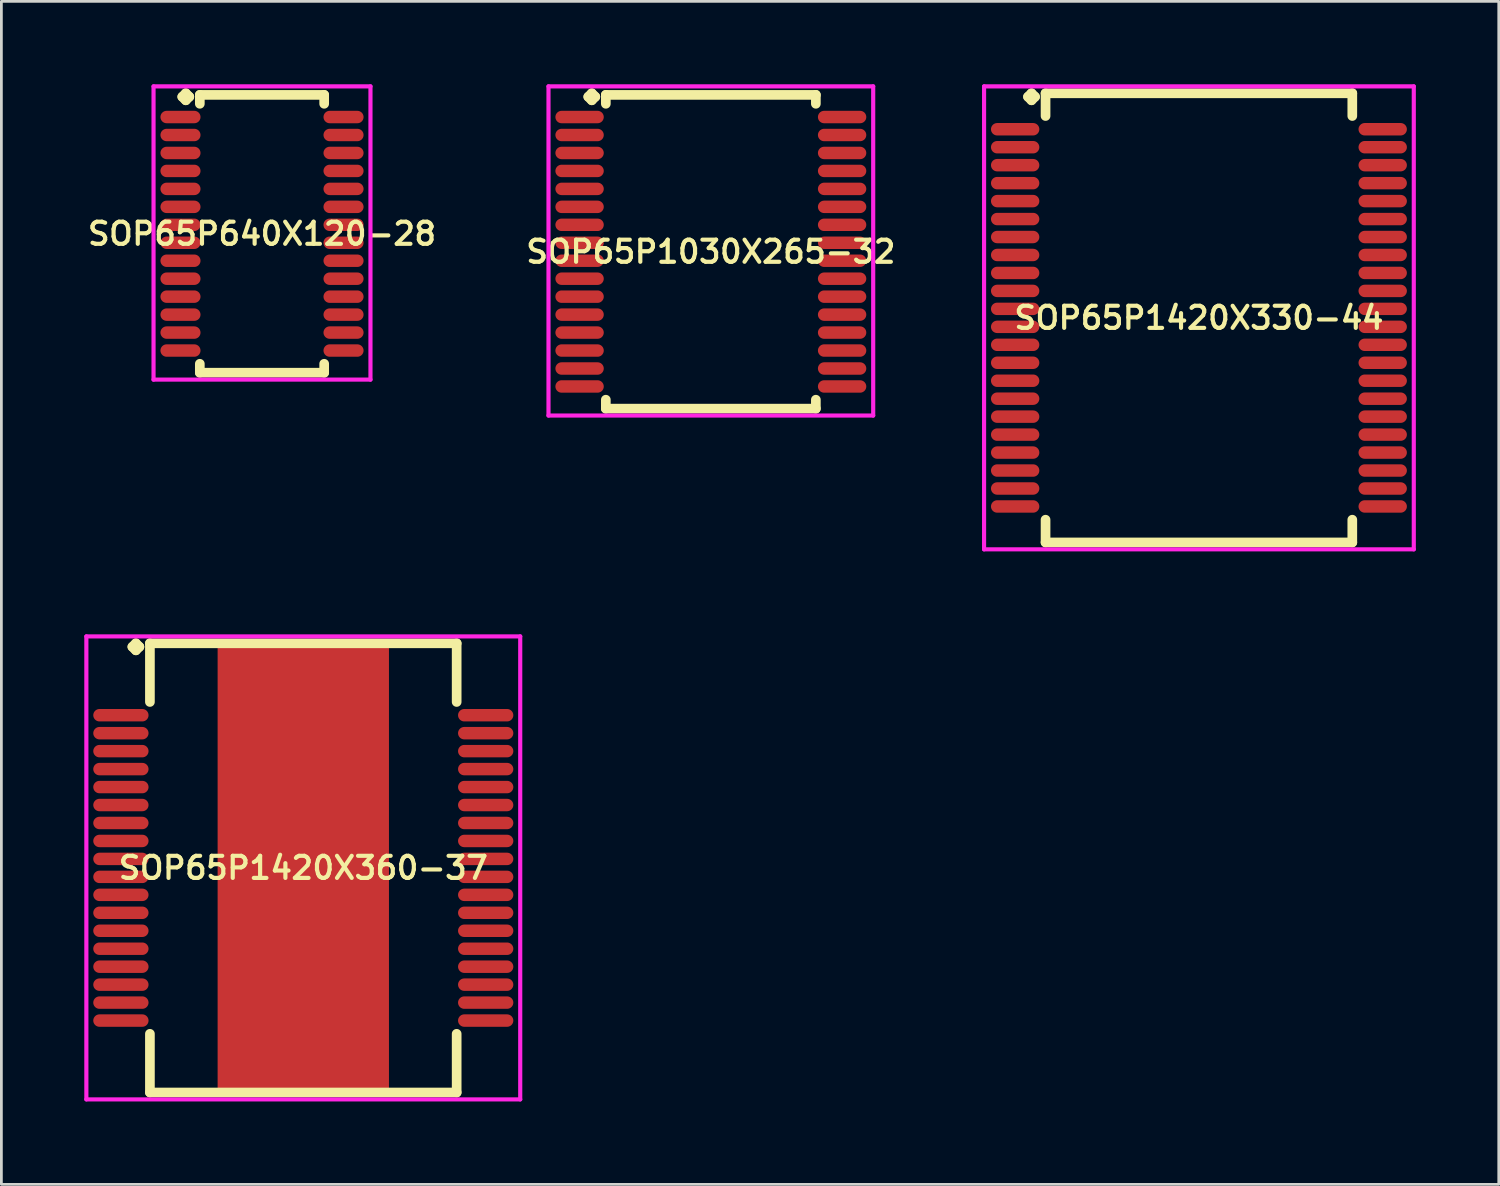
<source format=kicad_pcb>
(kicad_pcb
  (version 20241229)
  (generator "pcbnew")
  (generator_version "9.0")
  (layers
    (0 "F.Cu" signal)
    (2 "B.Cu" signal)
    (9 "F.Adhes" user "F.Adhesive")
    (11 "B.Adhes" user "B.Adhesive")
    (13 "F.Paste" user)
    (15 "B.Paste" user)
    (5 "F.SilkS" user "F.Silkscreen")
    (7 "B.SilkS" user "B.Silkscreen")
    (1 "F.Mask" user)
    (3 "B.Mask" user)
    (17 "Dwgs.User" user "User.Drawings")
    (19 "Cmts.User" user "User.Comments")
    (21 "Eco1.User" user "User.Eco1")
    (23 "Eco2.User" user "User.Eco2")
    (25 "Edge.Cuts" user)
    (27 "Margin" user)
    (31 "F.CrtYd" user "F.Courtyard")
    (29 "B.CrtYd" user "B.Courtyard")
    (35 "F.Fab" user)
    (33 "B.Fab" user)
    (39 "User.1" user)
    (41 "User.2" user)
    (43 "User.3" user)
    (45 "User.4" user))
  (footprint "SOP65P640X120-28"
    (layer "F.Cu")
    (at 6.431 5.41)
    (property "Reference" "SOP65P640X120-28" (at 0 0 0) (layer "F.SilkS") (effects (font (size 0.8 0.8) (thickness 0.15))))
    (attr through_hole)
    (fp_line (start -2.885 -4.958) (end -2.758 -5.085) (stroke (width 0.35) (type solid)) (layer "F.SilkS"))
    (fp_line (start -2.758 -5.085) (end -2.631 -4.958) (stroke (width 0.35) (type solid)) (layer "F.SilkS"))
    (fp_line (start -2.758 -4.831) (end -2.885 -4.958) (stroke (width 0.35) (type solid)) (layer "F.SilkS"))
    (fp_line (start -2.631 -4.958) (end -2.758 -4.831) (stroke (width 0.35) (type solid)) (layer "F.SilkS"))
    (fp_line (start -2.25 -5.027) (end 2.25 -5.027) (stroke (width 0.35) (type solid)) (layer "F.SilkS"))
    (fp_line (start -2.25 -4.704) (end -2.25 -5.027) (stroke (width 0.35) (type solid)) (layer "F.SilkS"))
    (fp_line (start -2.25 4.704) (end -2.25 5.027) (stroke (width 0.35) (type solid)) (layer "F.SilkS"))
    (fp_line (start -2.25 5.027) (end 2.25 5.027) (stroke (width 0.35) (type solid)) (layer "F.SilkS"))
    (fp_line (start 2.25 -5.027) (end 2.25 -4.704) (stroke (width 0.35) (type solid)) (layer "F.SilkS"))
    (fp_line (start 2.25 5.027) (end 2.25 4.704) (stroke (width 0.35) (type solid)) (layer "F.SilkS"))
    (fp_line (start -3.925 -5.335) (end 3.925 -5.335) (stroke (width 0.15) (type solid)) (layer "F.CrtYd"))
    (fp_line (start -3.925 5.277) (end -3.925 -5.335) (stroke (width 0.15) (type solid)) (layer "F.CrtYd"))
    (fp_line (start 3.925 -5.335) (end 3.925 5.277) (stroke (width 0.15) (type solid)) (layer "F.CrtYd"))
    (fp_line (start 3.925 5.277) (end -3.925 5.277) (stroke (width 0.15) (type solid)) (layer "F.CrtYd"))
    (pad "1" smd oval (at -2.95 -4.225) (size 1.45 0.45) (layers "F.Cu" "F.Mask" "F.Paste"))
    (pad "2" smd oval (at -2.95 -3.575) (size 1.45 0.45) (layers "F.Cu" "F.Mask" "F.Paste"))
    (pad "3" smd oval (at -2.95 -2.925) (size 1.45 0.45) (layers "F.Cu" "F.Mask" "F.Paste"))
    (pad "4" smd oval (at -2.95 -2.275) (size 1.45 0.45) (layers "F.Cu" "F.Mask" "F.Paste"))
    (pad "5" smd oval (at -2.95 -1.625) (size 1.45 0.45) (layers "F.Cu" "F.Mask" "F.Paste"))
    (pad "6" smd oval (at -2.95 -0.975) (size 1.45 0.45) (layers "F.Cu" "F.Mask" "F.Paste"))
    (pad "7" smd oval (at -2.95 -0.325) (size 1.45 0.45) (layers "F.Cu" "F.Mask" "F.Paste"))
    (pad "8" smd oval (at -2.95 0.325) (size 1.45 0.45) (layers "F.Cu" "F.Mask" "F.Paste"))
    (pad "9" smd oval (at -2.95 0.975) (size 1.45 0.45) (layers "F.Cu" "F.Mask" "F.Paste"))
    (pad "10" smd oval (at -2.95 1.625) (size 1.45 0.45) (layers "F.Cu" "F.Mask" "F.Paste"))
    (pad "11" smd oval (at -2.95 2.275) (size 1.45 0.45) (layers "F.Cu" "F.Mask" "F.Paste"))
    (pad "12" smd oval (at -2.95 2.925) (size 1.45 0.45) (layers "F.Cu" "F.Mask" "F.Paste"))
    (pad "13" smd oval (at -2.95 3.575) (size 1.45 0.45) (layers "F.Cu" "F.Mask" "F.Paste"))
    (pad "14" smd oval (at -2.95 4.225) (size 1.45 0.45) (layers "F.Cu" "F.Mask" "F.Paste"))
    (pad "15" smd oval (at 2.95 4.225) (size 1.45 0.45) (layers "F.Cu" "F.Mask" "F.Paste"))
    (pad "16" smd oval (at 2.95 3.575) (size 1.45 0.45) (layers "F.Cu" "F.Mask" "F.Paste"))
    (pad "17" smd oval (at 2.95 2.925) (size 1.45 0.45) (layers "F.Cu" "F.Mask" "F.Paste"))
    (pad "18" smd oval (at 2.95 2.275) (size 1.45 0.45) (layers "F.Cu" "F.Mask" "F.Paste"))
    (pad "19" smd oval (at 2.95 1.625) (size 1.45 0.45) (layers "F.Cu" "F.Mask" "F.Paste"))
    (pad "20" smd oval (at 2.95 0.975) (size 1.45 0.45) (layers "F.Cu" "F.Mask" "F.Paste"))
    (pad "21" smd oval (at 2.95 0.325) (size 1.45 0.45) (layers "F.Cu" "F.Mask" "F.Paste"))
    (pad "22" smd oval (at 2.95 -0.325) (size 1.45 0.45) (layers "F.Cu" "F.Mask" "F.Paste"))
    (pad "23" smd oval (at 2.95 -0.975) (size 1.45 0.45) (layers "F.Cu" "F.Mask" "F.Paste"))
    (pad "24" smd oval (at 2.95 -1.625) (size 1.45 0.45) (layers "F.Cu" "F.Mask" "F.Paste"))
    (pad "25" smd oval (at 2.95 -2.275) (size 1.45 0.45) (layers "F.Cu" "F.Mask" "F.Paste"))
    (pad "26" smd oval (at 2.95 -2.925) (size 1.45 0.45) (layers "F.Cu" "F.Mask" "F.Paste"))
    (pad "27" smd oval (at 2.95 -3.575) (size 1.45 0.45) (layers "F.Cu" "F.Mask" "F.Paste"))
    (pad "28" smd oval (at 2.95 -4.225) (size 1.45 0.45) (layers "F.Cu" "F.Mask" "F.Paste")))
  (footprint "SOP65P1420X330-44"
    (layer "F.Cu")
    (at 40.335 8.452)
    (property "Reference" "SOP65P1420X330-44" (at 0 0 0) (layer "F.SilkS") (effects (font (size 0.8 0.8) (thickness 0.15))))
    (attr smd)
    (fp_line (start -6.185 -8) (end -6.058 -8.127) (stroke (width 0.35) (type solid)) (layer "F.SilkS"))
    (fp_line (start -6.058 -8.127) (end -5.931 -8) (stroke (width 0.35) (type solid)) (layer "F.SilkS"))
    (fp_line (start -6.058 -7.873) (end -6.185 -8) (stroke (width 0.35) (type solid)) (layer "F.SilkS"))
    (fp_line (start -5.931 -8) (end -6.058 -7.873) (stroke (width 0.35) (type solid)) (layer "F.SilkS"))
    (fp_line (start -5.55 -8.127) (end 5.55 -8.127) (stroke (width 0.35) (type solid)) (layer "F.SilkS"))
    (fp_line (start -5.55 -7.304) (end -5.55 -8.127) (stroke (width 0.35) (type solid)) (layer "F.SilkS"))
    (fp_line (start -5.55 7.304) (end -5.55 8.127) (stroke (width 0.35) (type solid)) (layer "F.SilkS"))
    (fp_line (start -5.55 8.127) (end 5.55 8.127) (stroke (width 0.35) (type solid)) (layer "F.SilkS"))
    (fp_line (start 5.55 -8.127) (end 5.55 -7.304) (stroke (width 0.35) (type solid)) (layer "F.SilkS"))
    (fp_line (start 5.55 8.127) (end 5.55 7.304) (stroke (width 0.35) (type solid)) (layer "F.SilkS"))
    (fp_line (start -7.775 -8.377) (end 7.775 -8.377) (stroke (width 0.15) (type solid)) (layer "F.CrtYd"))
    (fp_line (start -7.775 8.377) (end -7.775 -8.377) (stroke (width 0.15) (type solid)) (layer "F.CrtYd"))
    (fp_line (start 7.775 -8.377) (end 7.775 8.377) (stroke (width 0.15) (type solid)) (layer "F.CrtYd"))
    (fp_line (start 7.775 8.377) (end -7.775 8.377) (stroke (width 0.15) (type solid)) (layer "F.CrtYd"))
    (pad "1" smd oval (at -6.65 -6.825) (size 1.75 0.45) (layers "F.Cu" "F.Mask" "F.Paste"))
    (pad "2" smd oval (at -6.65 -6.175) (size 1.75 0.45) (layers "F.Cu" "F.Mask" "F.Paste"))
    (pad "3" smd oval (at -6.65 -5.525) (size 1.75 0.45) (layers "F.Cu" "F.Mask" "F.Paste"))
    (pad "4" smd oval (at -6.65 -4.875) (size 1.75 0.45) (layers "F.Cu" "F.Mask" "F.Paste"))
    (pad "5" smd oval (at -6.65 -4.225) (size 1.75 0.45) (layers "F.Cu" "F.Mask" "F.Paste"))
    (pad "6" smd oval (at -6.65 -3.575) (size 1.75 0.45) (layers "F.Cu" "F.Mask" "F.Paste"))
    (pad "7" smd oval (at -6.65 -2.925) (size 1.75 0.45) (layers "F.Cu" "F.Mask" "F.Paste"))
    (pad "8" smd oval (at -6.65 -2.275) (size 1.75 0.45) (layers "F.Cu" "F.Mask" "F.Paste"))
    (pad "9" smd oval (at -6.65 -1.625) (size 1.75 0.45) (layers "F.Cu" "F.Mask" "F.Paste"))
    (pad "10" smd oval (at -6.65 -0.975) (size 1.75 0.45) (layers "F.Cu" "F.Mask" "F.Paste"))
    (pad "11" smd oval (at -6.65 -0.325) (size 1.75 0.45) (layers "F.Cu" "F.Mask" "F.Paste"))
    (pad "12" smd oval (at -6.65 0.325) (size 1.75 0.45) (layers "F.Cu" "F.Mask" "F.Paste"))
    (pad "13" smd oval (at -6.65 0.975) (size 1.75 0.45) (layers "F.Cu" "F.Mask" "F.Paste"))
    (pad "14" smd oval (at -6.65 1.625) (size 1.75 0.45) (layers "F.Cu" "F.Mask" "F.Paste"))
    (pad "15" smd oval (at -6.65 2.275) (size 1.75 0.45) (layers "F.Cu" "F.Mask" "F.Paste"))
    (pad "16" smd oval (at -6.65 2.925) (size 1.75 0.45) (layers "F.Cu" "F.Mask" "F.Paste"))
    (pad "17" smd oval (at -6.65 3.575) (size 1.75 0.45) (layers "F.Cu" "F.Mask" "F.Paste"))
    (pad "18" smd oval (at -6.65 4.225) (size 1.75 0.45) (layers "F.Cu" "F.Mask" "F.Paste"))
    (pad "19" smd oval (at -6.65 4.875) (size 1.75 0.45) (layers "F.Cu" "F.Mask" "F.Paste"))
    (pad "20" smd oval (at -6.65 5.525) (size 1.75 0.45) (layers "F.Cu" "F.Mask" "F.Paste"))
    (pad "21" smd oval (at -6.65 6.175) (size 1.75 0.45) (layers "F.Cu" "F.Mask" "F.Paste"))
    (pad "22" smd oval (at -6.65 6.825) (size 1.75 0.45) (layers "F.Cu" "F.Mask" "F.Paste"))
    (pad "23" smd oval (at 6.65 6.825) (size 1.75 0.45) (layers "F.Cu" "F.Mask" "F.Paste"))
    (pad "24" smd oval (at 6.65 6.175) (size 1.75 0.45) (layers "F.Cu" "F.Mask" "F.Paste"))
    (pad "25" smd oval (at 6.65 5.525) (size 1.75 0.45) (layers "F.Cu" "F.Mask" "F.Paste"))
    (pad "26" smd oval (at 6.65 4.875) (size 1.75 0.45) (layers "F.Cu" "F.Mask" "F.Paste"))
    (pad "27" smd oval (at 6.65 4.225) (size 1.75 0.45) (layers "F.Cu" "F.Mask" "F.Paste"))
    (pad "28" smd oval (at 6.65 3.575) (size 1.75 0.45) (layers "F.Cu" "F.Mask" "F.Paste"))
    (pad "29" smd oval (at 6.65 2.925) (size 1.75 0.45) (layers "F.Cu" "F.Mask" "F.Paste"))
    (pad "30" smd oval (at 6.65 2.275) (size 1.75 0.45) (layers "F.Cu" "F.Mask" "F.Paste"))
    (pad "31" smd oval (at 6.65 1.625) (size 1.75 0.45) (layers "F.Cu" "F.Mask" "F.Paste"))
    (pad "32" smd oval (at 6.65 0.975) (size 1.75 0.45) (layers "F.Cu" "F.Mask" "F.Paste"))
    (pad "33" smd oval (at 6.65 0.325) (size 1.75 0.45) (layers "F.Cu" "F.Mask" "F.Paste"))
    (pad "34" smd oval (at 6.65 -0.325) (size 1.75 0.45) (layers "F.Cu" "F.Mask" "F.Paste"))
    (pad "35" smd oval (at 6.65 -0.975) (size 1.75 0.45) (layers "F.Cu" "F.Mask" "F.Paste"))
    (pad "36" smd oval (at 6.65 -1.625) (size 1.75 0.45) (layers "F.Cu" "F.Mask" "F.Paste"))
    (pad "37" smd oval (at 6.65 -2.275) (size 1.75 0.45) (layers "F.Cu" "F.Mask" "F.Paste"))
    (pad "38" smd oval (at 6.65 -2.925) (size 1.75 0.45) (layers "F.Cu" "F.Mask" "F.Paste"))
    (pad "39" smd oval (at 6.65 -3.575) (size 1.75 0.45) (layers "F.Cu" "F.Mask" "F.Paste"))
    (pad "40" smd oval (at 6.65 -4.225) (size 1.75 0.45) (layers "F.Cu" "F.Mask" "F.Paste"))
    (pad "41" smd oval (at 6.65 -4.875) (size 1.75 0.45) (layers "F.Cu" "F.Mask" "F.Paste"))
    (pad "42" smd oval (at 6.65 -5.525) (size 1.75 0.45) (layers "F.Cu" "F.Mask" "F.Paste"))
    (pad "43" smd oval (at 6.65 -6.175) (size 1.75 0.45) (layers "F.Cu" "F.Mask" "F.Paste"))
    (pad "44" smd oval (at 6.65 -6.825) (size 1.75 0.45) (layers "F.Cu" "F.Mask" "F.Paste")))
  (footprint "SOP65P1420X360-37"
    (layer "F.Cu")
    (at 7.925 28.356)
    (property "Reference" "SOP65P1420X360-37" (at 0 0 0) (layer "F.SilkS") (effects (font (size 0.8 0.8) (thickness 0.15))))
    (attr smd)
    (fp_line (start -6.185 -8) (end -6.058 -8.127) (stroke (width 0.35) (type solid)) (layer "F.SilkS"))
    (fp_line (start -6.058 -8.127) (end -5.931 -8) (stroke (width 0.35) (type solid)) (layer "F.SilkS"))
    (fp_line (start -6.058 -7.873) (end -6.185 -8) (stroke (width 0.35) (type solid)) (layer "F.SilkS"))
    (fp_line (start -5.931 -8) (end -6.058 -7.873) (stroke (width 0.35) (type solid)) (layer "F.SilkS"))
    (fp_line (start -5.55 -8.127) (end 5.55 -8.127) (stroke (width 0.35) (type solid)) (layer "F.SilkS"))
    (fp_line (start -5.55 -6.004) (end -5.55 -8.127) (stroke (width 0.35) (type solid)) (layer "F.SilkS"))
    (fp_line (start -5.55 6.004) (end -5.55 8.127) (stroke (width 0.35) (type solid)) (layer "F.SilkS"))
    (fp_line (start -5.55 8.127) (end 5.55 8.127) (stroke (width 0.35) (type solid)) (layer "F.SilkS"))
    (fp_line (start 5.55 -8.127) (end 5.55 -6.004) (stroke (width 0.35) (type solid)) (layer "F.SilkS"))
    (fp_line (start 5.55 8.127) (end 5.55 6.004) (stroke (width 0.35) (type solid)) (layer "F.SilkS"))
    (fp_line (start -7.85 -8.377) (end 7.85 -8.377) (stroke (width 0.15) (type solid)) (layer "F.CrtYd"))
    (fp_line (start -7.85 8.377) (end -7.85 -8.377) (stroke (width 0.15) (type solid)) (layer "F.CrtYd"))
    (fp_line (start 7.85 -8.377) (end 7.85 8.377) (stroke (width 0.15) (type solid)) (layer "F.CrtYd"))
    (fp_line (start 7.85 8.377) (end -7.85 8.377) (stroke (width 0.15) (type solid)) (layer "F.CrtYd"))
    (pad "1" smd oval (at -6.6 -5.525) (size 2 0.45) (layers "F.Cu" "F.Mask" "F.Paste"))
    (pad "2" smd oval (at -6.6 -4.875) (size 2 0.45) (layers "F.Cu" "F.Mask" "F.Paste"))
    (pad "3" smd oval (at -6.6 -4.225) (size 2 0.45) (layers "F.Cu" "F.Mask" "F.Paste"))
    (pad "4" smd oval (at -6.6 -3.575) (size 2 0.45) (layers "F.Cu" "F.Mask" "F.Paste"))
    (pad "5" smd oval (at -6.6 -2.925) (size 2 0.45) (layers "F.Cu" "F.Mask" "F.Paste"))
    (pad "6" smd oval (at -6.6 -2.275) (size 2 0.45) (layers "F.Cu" "F.Mask" "F.Paste"))
    (pad "7" smd oval (at -6.6 -1.625) (size 2 0.45) (layers "F.Cu" "F.Mask" "F.Paste"))
    (pad "8" smd oval (at -6.6 -0.975) (size 2 0.45) (layers "F.Cu" "F.Mask" "F.Paste"))
    (pad "9" smd oval (at -6.6 -0.325) (size 2 0.45) (layers "F.Cu" "F.Mask" "F.Paste"))
    (pad "10" smd oval (at -6.6 0.325) (size 2 0.45) (layers "F.Cu" "F.Mask" "F.Paste"))
    (pad "11" smd oval (at -6.6 0.975) (size 2 0.45) (layers "F.Cu" "F.Mask" "F.Paste"))
    (pad "12" smd oval (at -6.6 1.625) (size 2 0.45) (layers "F.Cu" "F.Mask" "F.Paste"))
    (pad "13" smd oval (at -6.6 2.275) (size 2 0.45) (layers "F.Cu" "F.Mask" "F.Paste"))
    (pad "14" smd oval (at -6.6 2.925) (size 2 0.45) (layers "F.Cu" "F.Mask" "F.Paste"))
    (pad "15" smd oval (at -6.6 3.575) (size 2 0.45) (layers "F.Cu" "F.Mask" "F.Paste"))
    (pad "16" smd oval (at -6.6 4.225) (size 2 0.45) (layers "F.Cu" "F.Mask" "F.Paste"))
    (pad "17" smd oval (at -6.6 4.875) (size 2 0.45) (layers "F.Cu" "F.Mask" "F.Paste"))
    (pad "18" smd oval (at -6.6 5.525) (size 2 0.45) (layers "F.Cu" "F.Mask" "F.Paste"))
    (pad "19" smd oval (at 6.6 5.525) (size 2 0.45) (layers "F.Cu" "F.Mask" "F.Paste"))
    (pad "20" smd oval (at 6.6 4.875) (size 2 0.45) (layers "F.Cu" "F.Mask" "F.Paste"))
    (pad "21" smd oval (at 6.6 4.225) (size 2 0.45) (layers "F.Cu" "F.Mask" "F.Paste"))
    (pad "22" smd oval (at 6.6 3.575) (size 2 0.45) (layers "F.Cu" "F.Mask" "F.Paste"))
    (pad "23" smd oval (at 6.6 2.925) (size 2 0.45) (layers "F.Cu" "F.Mask" "F.Paste"))
    (pad "24" smd oval (at 6.6 2.275) (size 2 0.45) (layers "F.Cu" "F.Mask" "F.Paste"))
    (pad "25" smd oval (at 6.6 1.625) (size 2 0.45) (layers "F.Cu" "F.Mask" "F.Paste"))
    (pad "26" smd oval (at 6.6 0.975) (size 2 0.45) (layers "F.Cu" "F.Mask" "F.Paste"))
    (pad "27" smd oval (at 6.6 0.325) (size 2 0.45) (layers "F.Cu" "F.Mask" "F.Paste"))
    (pad "28" smd oval (at 6.6 -0.325) (size 2 0.45) (layers "F.Cu" "F.Mask" "F.Paste"))
    (pad "29" smd oval (at 6.6 -0.975) (size 2 0.45) (layers "F.Cu" "F.Mask" "F.Paste"))
    (pad "30" smd oval (at 6.6 -1.625) (size 2 0.45) (layers "F.Cu" "F.Mask" "F.Paste"))
    (pad "31" smd oval (at 6.6 -2.275) (size 2 0.45) (layers "F.Cu" "F.Mask" "F.Paste"))
    (pad "32" smd oval (at 6.6 -2.925) (size 2 0.45) (layers "F.Cu" "F.Mask" "F.Paste"))
    (pad "33" smd oval (at 6.6 -3.575) (size 2 0.45) (layers "F.Cu" "F.Mask" "F.Paste"))
    (pad "34" smd oval (at 6.6 -4.225) (size 2 0.45) (layers "F.Cu" "F.Mask" "F.Paste"))
    (pad "35" smd oval (at 6.6 -4.875) (size 2 0.45) (layers "F.Cu" "F.Mask" "F.Paste"))
    (pad "36" smd oval (at 6.6 -5.525) (size 2 0.45) (layers "F.Cu" "F.Mask" "F.Paste"))
    (pad "37" smd rect (at 0 0) (size 6.2 16) (layers "F.Cu" "F.Mask" "F.Paste")))
  (footprint "SOP65P1030X265-32"
    (layer "F.Cu")
    (at 22.673 6.06)
    (property "Reference" "SOP65P1030X265-32" (at 0 0 0) (layer "F.SilkS") (effects (font (size 0.8 0.8) (thickness 0.15))))
    (attr through_hole)
    (fp_line (start -4.435 -5.608) (end -4.308 -5.735) (stroke (width 0.35) (type solid)) (layer "F.SilkS"))
    (fp_line (start -4.308 -5.735) (end -4.181 -5.608) (stroke (width 0.35) (type solid)) (layer "F.SilkS"))
    (fp_line (start -4.308 -5.481) (end -4.435 -5.608) (stroke (width 0.35) (type solid)) (layer "F.SilkS"))
    (fp_line (start -4.181 -5.608) (end -4.308 -5.481) (stroke (width 0.35) (type solid)) (layer "F.SilkS"))
    (fp_line (start -3.8 -5.677) (end 3.8 -5.677) (stroke (width 0.35) (type solid)) (layer "F.SilkS"))
    (fp_line (start -3.8 -5.354) (end -3.8 -5.677) (stroke (width 0.35) (type solid)) (layer "F.SilkS"))
    (fp_line (start -3.8 5.354) (end -3.8 5.677) (stroke (width 0.35) (type solid)) (layer "F.SilkS"))
    (fp_line (start -3.8 5.677) (end 3.8 5.677) (stroke (width 0.35) (type solid)) (layer "F.SilkS"))
    (fp_line (start 3.8 -5.677) (end 3.8 -5.354) (stroke (width 0.35) (type solid)) (layer "F.SilkS"))
    (fp_line (start 3.8 5.677) (end 3.8 5.354) (stroke (width 0.35) (type solid)) (layer "F.SilkS"))
    (fp_line (start -5.875 -5.985) (end 5.875 -5.985) (stroke (width 0.15) (type solid)) (layer "F.CrtYd"))
    (fp_line (start -5.875 5.927) (end -5.875 -5.985) (stroke (width 0.15) (type solid)) (layer "F.CrtYd"))
    (fp_line (start 5.875 -5.985) (end 5.875 5.927) (stroke (width 0.15) (type solid)) (layer "F.CrtYd"))
    (fp_line (start 5.875 5.927) (end -5.875 5.927) (stroke (width 0.15) (type solid)) (layer "F.CrtYd"))
    (pad "1" smd oval (at -4.75 -4.875) (size 1.75 0.45) (layers "F.Cu" "F.Mask" "F.Paste"))
    (pad "2" smd oval (at -4.75 -4.225) (size 1.75 0.45) (layers "F.Cu" "F.Mask" "F.Paste"))
    (pad "3" smd oval (at -4.75 -3.575) (size 1.75 0.45) (layers "F.Cu" "F.Mask" "F.Paste"))
    (pad "4" smd oval (at -4.75 -2.925) (size 1.75 0.45) (layers "F.Cu" "F.Mask" "F.Paste"))
    (pad "5" smd oval (at -4.75 -2.275) (size 1.75 0.45) (layers "F.Cu" "F.Mask" "F.Paste"))
    (pad "6" smd oval (at -4.75 -1.625) (size 1.75 0.45) (layers "F.Cu" "F.Mask" "F.Paste"))
    (pad "7" smd oval (at -4.75 -0.975) (size 1.75 0.45) (layers "F.Cu" "F.Mask" "F.Paste"))
    (pad "8" smd oval (at -4.75 -0.325) (size 1.75 0.45) (layers "F.Cu" "F.Mask" "F.Paste"))
    (pad "9" smd oval (at -4.75 0.325) (size 1.75 0.45) (layers "F.Cu" "F.Mask" "F.Paste"))
    (pad "10" smd oval (at -4.75 0.975) (size 1.75 0.45) (layers "F.Cu" "F.Mask" "F.Paste"))
    (pad "11" smd oval (at -4.75 1.625) (size 1.75 0.45) (layers "F.Cu" "F.Mask" "F.Paste"))
    (pad "12" smd oval (at -4.75 2.275) (size 1.75 0.45) (layers "F.Cu" "F.Mask" "F.Paste"))
    (pad "13" smd oval (at -4.75 2.925) (size 1.75 0.45) (layers "F.Cu" "F.Mask" "F.Paste"))
    (pad "14" smd oval (at -4.75 3.575) (size 1.75 0.45) (layers "F.Cu" "F.Mask" "F.Paste"))
    (pad "15" smd oval (at -4.75 4.225) (size 1.75 0.45) (layers "F.Cu" "F.Mask" "F.Paste"))
    (pad "16" smd oval (at -4.75 4.875) (size 1.75 0.45) (layers "F.Cu" "F.Mask" "F.Paste"))
    (pad "17" smd oval (at 4.75 4.875) (size 1.75 0.45) (layers "F.Cu" "F.Mask" "F.Paste"))
    (pad "18" smd oval (at 4.75 4.225) (size 1.75 0.45) (layers "F.Cu" "F.Mask" "F.Paste"))
    (pad "19" smd oval (at 4.75 3.575) (size 1.75 0.45) (layers "F.Cu" "F.Mask" "F.Paste"))
    (pad "20" smd oval (at 4.75 2.925) (size 1.75 0.45) (layers "F.Cu" "F.Mask" "F.Paste"))
    (pad "21" smd oval (at 4.75 2.275) (size 1.75 0.45) (layers "F.Cu" "F.Mask" "F.Paste"))
    (pad "22" smd oval (at 4.75 1.625) (size 1.75 0.45) (layers "F.Cu" "F.Mask" "F.Paste"))
    (pad "23" smd oval (at 4.75 0.975) (size 1.75 0.45) (layers "F.Cu" "F.Mask" "F.Paste"))
    (pad "24" smd oval (at 4.75 0.325) (size 1.75 0.45) (layers "F.Cu" "F.Mask" "F.Paste"))
    (pad "25" smd oval (at 4.75 -0.325) (size 1.75 0.45) (layers "F.Cu" "F.Mask" "F.Paste"))
    (pad "26" smd oval (at 4.75 -0.975) (size 1.75 0.45) (layers "F.Cu" "F.Mask" "F.Paste"))
    (pad "27" smd oval (at 4.75 -1.625) (size 1.75 0.45) (layers "F.Cu" "F.Mask" "F.Paste"))
    (pad "28" smd oval (at 4.75 -2.275) (size 1.75 0.45) (layers "F.Cu" "F.Mask" "F.Paste"))
    (pad "29" smd oval (at 4.75 -2.925) (size 1.75 0.45) (layers "F.Cu" "F.Mask" "F.Paste"))
    (pad "30" smd oval (at 4.75 -3.575) (size 1.75 0.45) (layers "F.Cu" "F.Mask" "F.Paste"))
    (pad "31" smd oval (at 4.75 -4.225) (size 1.75 0.45) (layers "F.Cu" "F.Mask" "F.Paste"))
    (pad "32" smd oval (at 4.75 -4.875) (size 1.75 0.45) (layers "F.Cu" "F.Mask" "F.Paste")))
  (gr_rect
    (start -3 -3)
    (end 51.185 39.808)
    (stroke (width 0.1) (type default))
    (fill no)
    (layer "Edge.Cuts")))
</source>
